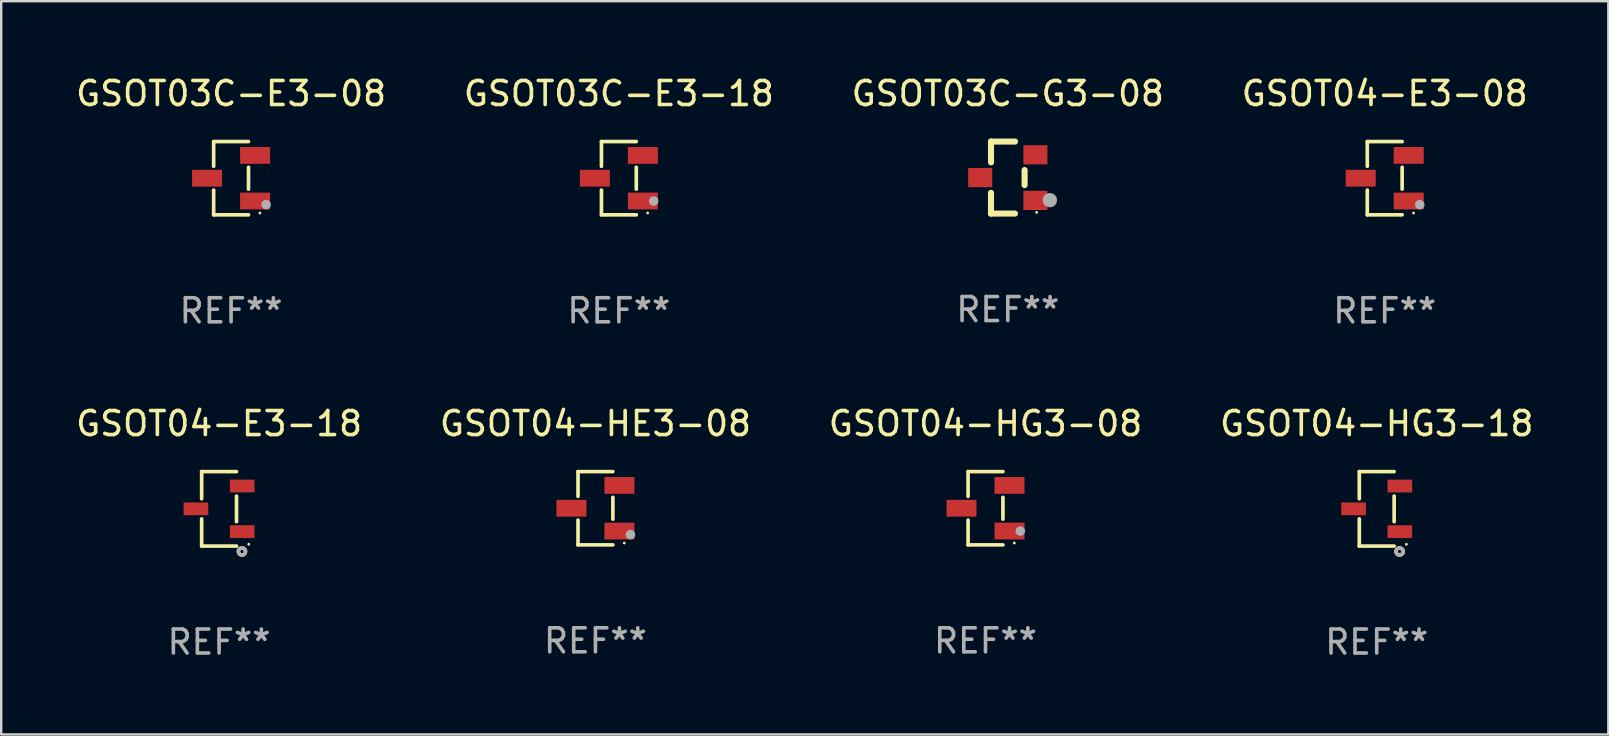
<source format=kicad_pcb>
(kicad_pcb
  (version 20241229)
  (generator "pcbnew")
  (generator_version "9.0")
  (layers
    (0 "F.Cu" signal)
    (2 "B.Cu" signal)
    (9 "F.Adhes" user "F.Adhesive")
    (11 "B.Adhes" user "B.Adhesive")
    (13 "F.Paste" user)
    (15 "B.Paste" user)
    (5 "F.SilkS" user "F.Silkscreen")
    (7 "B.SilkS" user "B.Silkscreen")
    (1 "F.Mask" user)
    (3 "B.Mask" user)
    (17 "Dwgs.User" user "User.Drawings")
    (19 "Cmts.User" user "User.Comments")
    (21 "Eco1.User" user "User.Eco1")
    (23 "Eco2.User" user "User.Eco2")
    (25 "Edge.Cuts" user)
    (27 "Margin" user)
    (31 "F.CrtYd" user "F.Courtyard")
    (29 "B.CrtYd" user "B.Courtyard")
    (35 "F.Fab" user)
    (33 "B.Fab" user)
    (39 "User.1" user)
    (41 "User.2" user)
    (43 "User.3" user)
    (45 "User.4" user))
  (footprint "GSOT03C-E3-18"
    (layer "F.Cu")
    (at 22.732 4.374)
    (property "Reference" "GSOT03C-E3-18" (at 0 -3.526 0) (layer "F.SilkS") (effects (font (size 1 1) (thickness 0.15))))
    (attr through_hole)
    (fp_line (start -0.726 -1.526) (end -0.726 -0.495) (stroke (width 0.152) (type solid)) (layer "F.SilkS"))
    (fp_line (start -0.726 1.526) (end -0.726 0.495) (stroke (width 0.152) (type solid)) (layer "F.SilkS"))
    (fp_line (start 0.726 -1.526) (end -0.726 -1.526) (stroke (width 0.152) (type solid)) (layer "F.SilkS"))
    (fp_line (start 0.726 -0.455) (end 0.726 0.455) (stroke (width 0.152) (type solid)) (layer "F.SilkS"))
    (fp_line (start 0.726 1.526) (end -0.726 1.526) (stroke (width 0.152) (type solid)) (layer "F.SilkS"))
    (fp_circle (center 1.2 1.45) (end 1.23 1.45) (stroke (width 0.06) (type solid)) (fill no) (layer "F.SilkS"))
    (fp_circle (center 1.45 0.95) (end 1.55 0.95) (stroke (width 0.2) (type solid)) (fill no) (layer "F.Fab"))
    (fp_text user "REF**" (at 0 5.526 0) (layer "F.Fab") (effects (font (size 1 1) (thickness 0.15))))
    (pad "1" smd rect (at 1 0.95) (size 1.25 0.7) (layers "F.Cu" "F.Mask" "F.Paste"))
    (pad "2" smd rect (at 1 -0.95) (size 1.25 0.7) (layers "F.Cu" "F.Mask" "F.Paste"))
    (pad "3" smd rect (at -1 0) (size 1.25 0.7) (layers "F.Cu" "F.Mask" "F.Paste")))
  (footprint "GSOT04-HG3-08"
    (layer "F.Cu")
    (at 38.006 18.123)
    (property "Reference" "GSOT04-HG3-08" (at 0 -3.526 0) (layer "F.SilkS") (effects (font (size 1 1) (thickness 0.15))))
    (attr through_hole)
    (fp_line (start -0.726 -1.526) (end -0.726 -0.495) (stroke (width 0.152) (type solid)) (layer "F.SilkS"))
    (fp_line (start -0.726 1.526) (end -0.726 0.495) (stroke (width 0.152) (type solid)) (layer "F.SilkS"))
    (fp_line (start 0.726 -1.526) (end -0.726 -1.526) (stroke (width 0.152) (type solid)) (layer "F.SilkS"))
    (fp_line (start 0.726 -0.455) (end 0.726 0.455) (stroke (width 0.152) (type solid)) (layer "F.SilkS"))
    (fp_line (start 0.726 1.526) (end -0.726 1.526) (stroke (width 0.152) (type solid)) (layer "F.SilkS"))
    (fp_circle (center 1.2 1.45) (end 1.23 1.45) (stroke (width 0.06) (type solid)) (fill no) (layer "F.SilkS"))
    (fp_circle (center 1.45 0.95) (end 1.55 0.95) (stroke (width 0.2) (type solid)) (fill no) (layer "F.Fab"))
    (fp_text user "REF**" (at 0 5.526 0) (layer "F.Fab") (effects (font (size 1 1) (thickness 0.15))))
    (pad "1" smd rect (at 1 0.95) (size 1.25 0.7) (layers "F.Cu" "F.Mask" "F.Paste"))
    (pad "2" smd rect (at 1 -0.95) (size 1.25 0.7) (layers "F.Cu" "F.Mask" "F.Paste"))
    (pad "3" smd rect (at -1 0) (size 1.25 0.7) (layers "F.Cu" "F.Mask" "F.Paste")))
  (footprint "GSOT04-E3-08"
    (layer "F.Cu")
    (at 54.637 4.374)
    (property "Reference" "GSOT04-E3-08" (at 0 -3.526 0) (layer "F.SilkS") (effects (font (size 1 1) (thickness 0.15))))
    (attr through_hole)
    (fp_line (start -0.726 -1.526) (end -0.726 -0.495) (stroke (width 0.152) (type solid)) (layer "F.SilkS"))
    (fp_line (start -0.726 1.526) (end -0.726 0.495) (stroke (width 0.152) (type solid)) (layer "F.SilkS"))
    (fp_line (start 0.726 -1.526) (end -0.726 -1.526) (stroke (width 0.152) (type solid)) (layer "F.SilkS"))
    (fp_line (start 0.726 -0.455) (end 0.726 0.455) (stroke (width 0.152) (type solid)) (layer "F.SilkS"))
    (fp_line (start 0.726 1.526) (end -0.726 1.526) (stroke (width 0.152) (type solid)) (layer "F.SilkS"))
    (fp_circle (center 1.2 1.45) (end 1.23 1.45) (stroke (width 0.06) (type solid)) (fill no) (layer "F.SilkS"))
    (fp_circle (center 1.46 1.1) (end 1.56 1.1) (stroke (width 0.2) (type solid)) (fill no) (layer "F.Fab"))
    (fp_text user "REF**" (at 0 5.526 0) (layer "F.Fab") (effects (font (size 1 1) (thickness 0.15))))
    (pad "1" smd rect (at 1 0.95) (size 1.25 0.7) (layers "F.Cu" "F.Mask" "F.Paste"))
    (pad "2" smd rect (at 1 -0.95) (size 1.25 0.7) (layers "F.Cu" "F.Mask" "F.Paste"))
    (pad "3" smd rect (at -1 0) (size 1.25 0.7) (layers "F.Cu" "F.Mask" "F.Paste")))
  (footprint "GSOT04-E3-18"
    (layer "F.Cu")
    (at 6.077 18.148)
    (property "Reference" "GSOT04-E3-18" (at 0 -3.551 0) (layer "F.SilkS") (effects (font (size 1 1) (thickness 0.15))))
    (attr through_hole)
    (fp_line (start -0.726 -1.551) (end -0.726 -0.418) (stroke (width 0.152) (type solid)) (layer "F.SilkS"))
    (fp_line (start -0.726 1.551) (end -0.726 0.418) (stroke (width 0.152) (type solid)) (layer "F.SilkS"))
    (fp_line (start 0.726 -1.551) (end -0.726 -1.551) (stroke (width 0.152) (type solid)) (layer "F.SilkS"))
    (fp_line (start 0.726 0.532) (end 0.726 -0.532) (stroke (width 0.152) (type solid)) (layer "F.SilkS"))
    (fp_line (start 0.726 1.551) (end -0.726 1.551) (stroke (width 0.152) (type solid)) (layer "F.SilkS"))
    (fp_circle (center 0.953 1.777) (end 1.027 1.777) (stroke (width 0.15) (type solid)) (fill no) (layer "F.SilkS"))
    (fp_circle (center 1.237 1.475) (end 1.267 1.475) (stroke (width 0.06) (type solid)) (fill no) (layer "F.SilkS"))
    (fp_circle (center 0.953 1.777) (end 1.027 1.777) (stroke (width 0.15) (type solid)) (fill no) (layer "F.Fab"))
    (fp_text user "REF**" (at 0 5.551 0) (layer "F.Fab") (effects (font (size 1 1) (thickness 0.15))))
    (pad "1" smd rect (at 0.964 0.95 90) (size 0.532 1.028) (layers "F.Cu" "F.Mask" "F.Paste"))
    (pad "2" smd rect (at 0.964 -0.95 90) (size 0.532 1.028) (layers "F.Cu" "F.Mask" "F.Paste"))
    (pad "3" smd rect (at -0.964 -0.000025 90) (size 0.532 1.028) (layers "F.Cu" "F.Mask" "F.Paste")))
  (footprint "GSOT03C-E3-08"
    (layer "F.Cu")
    (at 6.577 4.374)
    (property "Reference" "GSOT03C-E3-08" (at 0 -3.526 0) (layer "F.SilkS") (effects (font (size 1 1) (thickness 0.15))))
    (attr through_hole)
    (fp_line (start -0.726 -1.526) (end -0.726 -0.495) (stroke (width 0.152) (type solid)) (layer "F.SilkS"))
    (fp_line (start -0.726 1.526) (end -0.726 0.495) (stroke (width 0.152) (type solid)) (layer "F.SilkS"))
    (fp_line (start 0.726 -1.526) (end -0.726 -1.526) (stroke (width 0.152) (type solid)) (layer "F.SilkS"))
    (fp_line (start 0.726 -0.455) (end 0.726 0.455) (stroke (width 0.152) (type solid)) (layer "F.SilkS"))
    (fp_line (start 0.726 1.526) (end -0.726 1.526) (stroke (width 0.152) (type solid)) (layer "F.SilkS"))
    (fp_circle (center 1.2 1.45) (end 1.23 1.45) (stroke (width 0.06) (type solid)) (fill no) (layer "F.SilkS"))
    (fp_circle (center 1.46 1.1) (end 1.56 1.1) (stroke (width 0.2) (type solid)) (fill no) (layer "F.Fab"))
    (fp_text user "REF**" (at 0 5.526 0) (layer "F.Fab") (effects (font (size 1 1) (thickness 0.15))))
    (pad "1" smd rect (at 1 0.95) (size 1.25 0.7) (layers "F.Cu" "F.Mask" "F.Paste"))
    (pad "2" smd rect (at 1 -0.95) (size 1.25 0.7) (layers "F.Cu" "F.Mask" "F.Paste"))
    (pad "3" smd rect (at -1 0) (size 1.25 0.7) (layers "F.Cu" "F.Mask" "F.Paste")))
  (footprint "GSOT04-HE3-08"
    (layer "F.Cu")
    (at 21.756 18.123)
    (property "Reference" "GSOT04-HE3-08" (at 0 -3.526 0) (layer "F.SilkS") (effects (font (size 1 1) (thickness 0.15))))
    (attr through_hole)
    (fp_line (start -0.726 -1.526) (end -0.726 -0.495) (stroke (width 0.152) (type solid)) (layer "F.SilkS"))
    (fp_line (start -0.726 1.526) (end -0.726 0.495) (stroke (width 0.152) (type solid)) (layer "F.SilkS"))
    (fp_line (start 0.726 -1.526) (end -0.726 -1.526) (stroke (width 0.152) (type solid)) (layer "F.SilkS"))
    (fp_line (start 0.726 -0.455) (end 0.726 0.455) (stroke (width 0.152) (type solid)) (layer "F.SilkS"))
    (fp_line (start 0.726 1.526) (end -0.726 1.526) (stroke (width 0.152) (type solid)) (layer "F.SilkS"))
    (fp_circle (center 1.2 1.45) (end 1.23 1.45) (stroke (width 0.06) (type solid)) (fill no) (layer "F.SilkS"))
    (fp_circle (center 1.46 1.1) (end 1.56 1.1) (stroke (width 0.2) (type solid)) (fill no) (layer "F.Fab"))
    (fp_text user "REF**" (at 0 5.526 0) (layer "F.Fab") (effects (font (size 1 1) (thickness 0.15))))
    (pad "1" smd rect (at 1 0.95) (size 1.25 0.7) (layers "F.Cu" "F.Mask" "F.Paste"))
    (pad "2" smd rect (at 1 -0.95) (size 1.25 0.7) (layers "F.Cu" "F.Mask" "F.Paste"))
    (pad "3" smd rect (at -1 0) (size 1.25 0.7) (layers "F.Cu" "F.Mask" "F.Paste")))
  (footprint "GSOT03C-G3-08"
    (layer "F.Cu")
    (at 38.935 4.348)
    (property "Reference" "GSOT03C-G3-08" (at 0 -3.5 0) (layer "F.SilkS") (effects (font (size 1 1) (thickness 0.15))))
    (attr through_hole)
    (fp_line (start -0.7 -1.5) (end 0.3 -1.5) (stroke (width 0.254) (type solid)) (layer "F.SilkS"))
    (fp_line (start -0.7 -0.636) (end -0.7 -1.5) (stroke (width 0.254) (type solid)) (layer "F.SilkS"))
    (fp_line (start -0.7 1.5) (end -0.7 0.636) (stroke (width 0.254) (type solid)) (layer "F.SilkS"))
    (fp_line (start -0.7 1.5) (end 0.3 1.5) (stroke (width 0.254) (type solid)) (layer "F.SilkS"))
    (fp_line (start 0.7 0.314) (end 0.7 -0.314) (stroke (width 0.254) (type solid)) (layer "F.SilkS"))
    (fp_circle (center 1.2 1.45) (end 1.23 1.45) (stroke (width 0.06) (type solid)) (fill no) (layer "F.SilkS"))
    (fp_circle (center 1.753 0.94) (end 1.903 0.94) (stroke (width 0.3) (type solid)) (fill no) (layer "F.Fab"))
    (fp_text user "REF**" (at 0 5.5 0) (layer "F.Fab") (effects (font (size 1 1) (thickness 0.15))))
    (pad "1" smd rect (at 1.15 0.95 180) (size 1 0.8) (layers "F.Cu" "F.Mask" "F.Paste"))
    (pad "2" smd rect (at 1.15 -0.95 180) (size 1 0.8) (layers "F.Cu" "F.Mask" "F.Paste"))
    (pad "3" smd rect (at -1.15 -0.000051 180) (size 1 0.8) (layers "F.Cu" "F.Mask" "F.Paste")))
  (footprint "GSOT04-HG3-18"
    (layer "F.Cu")
    (at 54.304 18.148)
    (property "Reference" "GSOT04-HG3-18" (at 0 -3.551 0) (layer "F.SilkS") (effects (font (size 1 1) (thickness 0.15))))
    (attr through_hole)
    (fp_line (start -0.726 -1.551) (end -0.726 -0.418) (stroke (width 0.152) (type solid)) (layer "F.SilkS"))
    (fp_line (start -0.726 1.551) (end -0.726 0.418) (stroke (width 0.152) (type solid)) (layer "F.SilkS"))
    (fp_line (start 0.726 -1.551) (end -0.726 -1.551) (stroke (width 0.152) (type solid)) (layer "F.SilkS"))
    (fp_line (start 0.726 0.532) (end 0.726 -0.532) (stroke (width 0.152) (type solid)) (layer "F.SilkS"))
    (fp_line (start 0.726 1.551) (end -0.726 1.551) (stroke (width 0.152) (type solid)) (layer "F.SilkS"))
    (fp_circle (center 0.953 1.777) (end 1.027 1.777) (stroke (width 0.15) (type solid)) (fill no) (layer "F.SilkS"))
    (fp_circle (center 1.237 1.475) (end 1.267 1.475) (stroke (width 0.06) (type solid)) (fill no) (layer "F.SilkS"))
    (fp_circle (center 0.953 1.777) (end 1.027 1.777) (stroke (width 0.15) (type solid)) (fill no) (layer "F.Fab"))
    (fp_text user "REF**" (at 0 5.551 0) (layer "F.Fab") (effects (font (size 1 1) (thickness 0.15))))
    (pad "1" smd rect (at 0.964 0.95 90) (size 0.532 1.028) (layers "F.Cu" "F.Mask" "F.Paste"))
    (pad "2" smd rect (at 0.964 -0.95 90) (size 0.532 1.028) (layers "F.Cu" "F.Mask" "F.Paste"))
    (pad "3" smd rect (at -0.964 -0.000025 90) (size 0.532 1.028) (layers "F.Cu" "F.Mask" "F.Paste")))
  (gr_rect
    (start -3 -3)
    (end 63.952 27.548)
    (stroke (width 0.1) (type default))
    (fill no)
    (layer "Edge.Cuts")))
</source>
